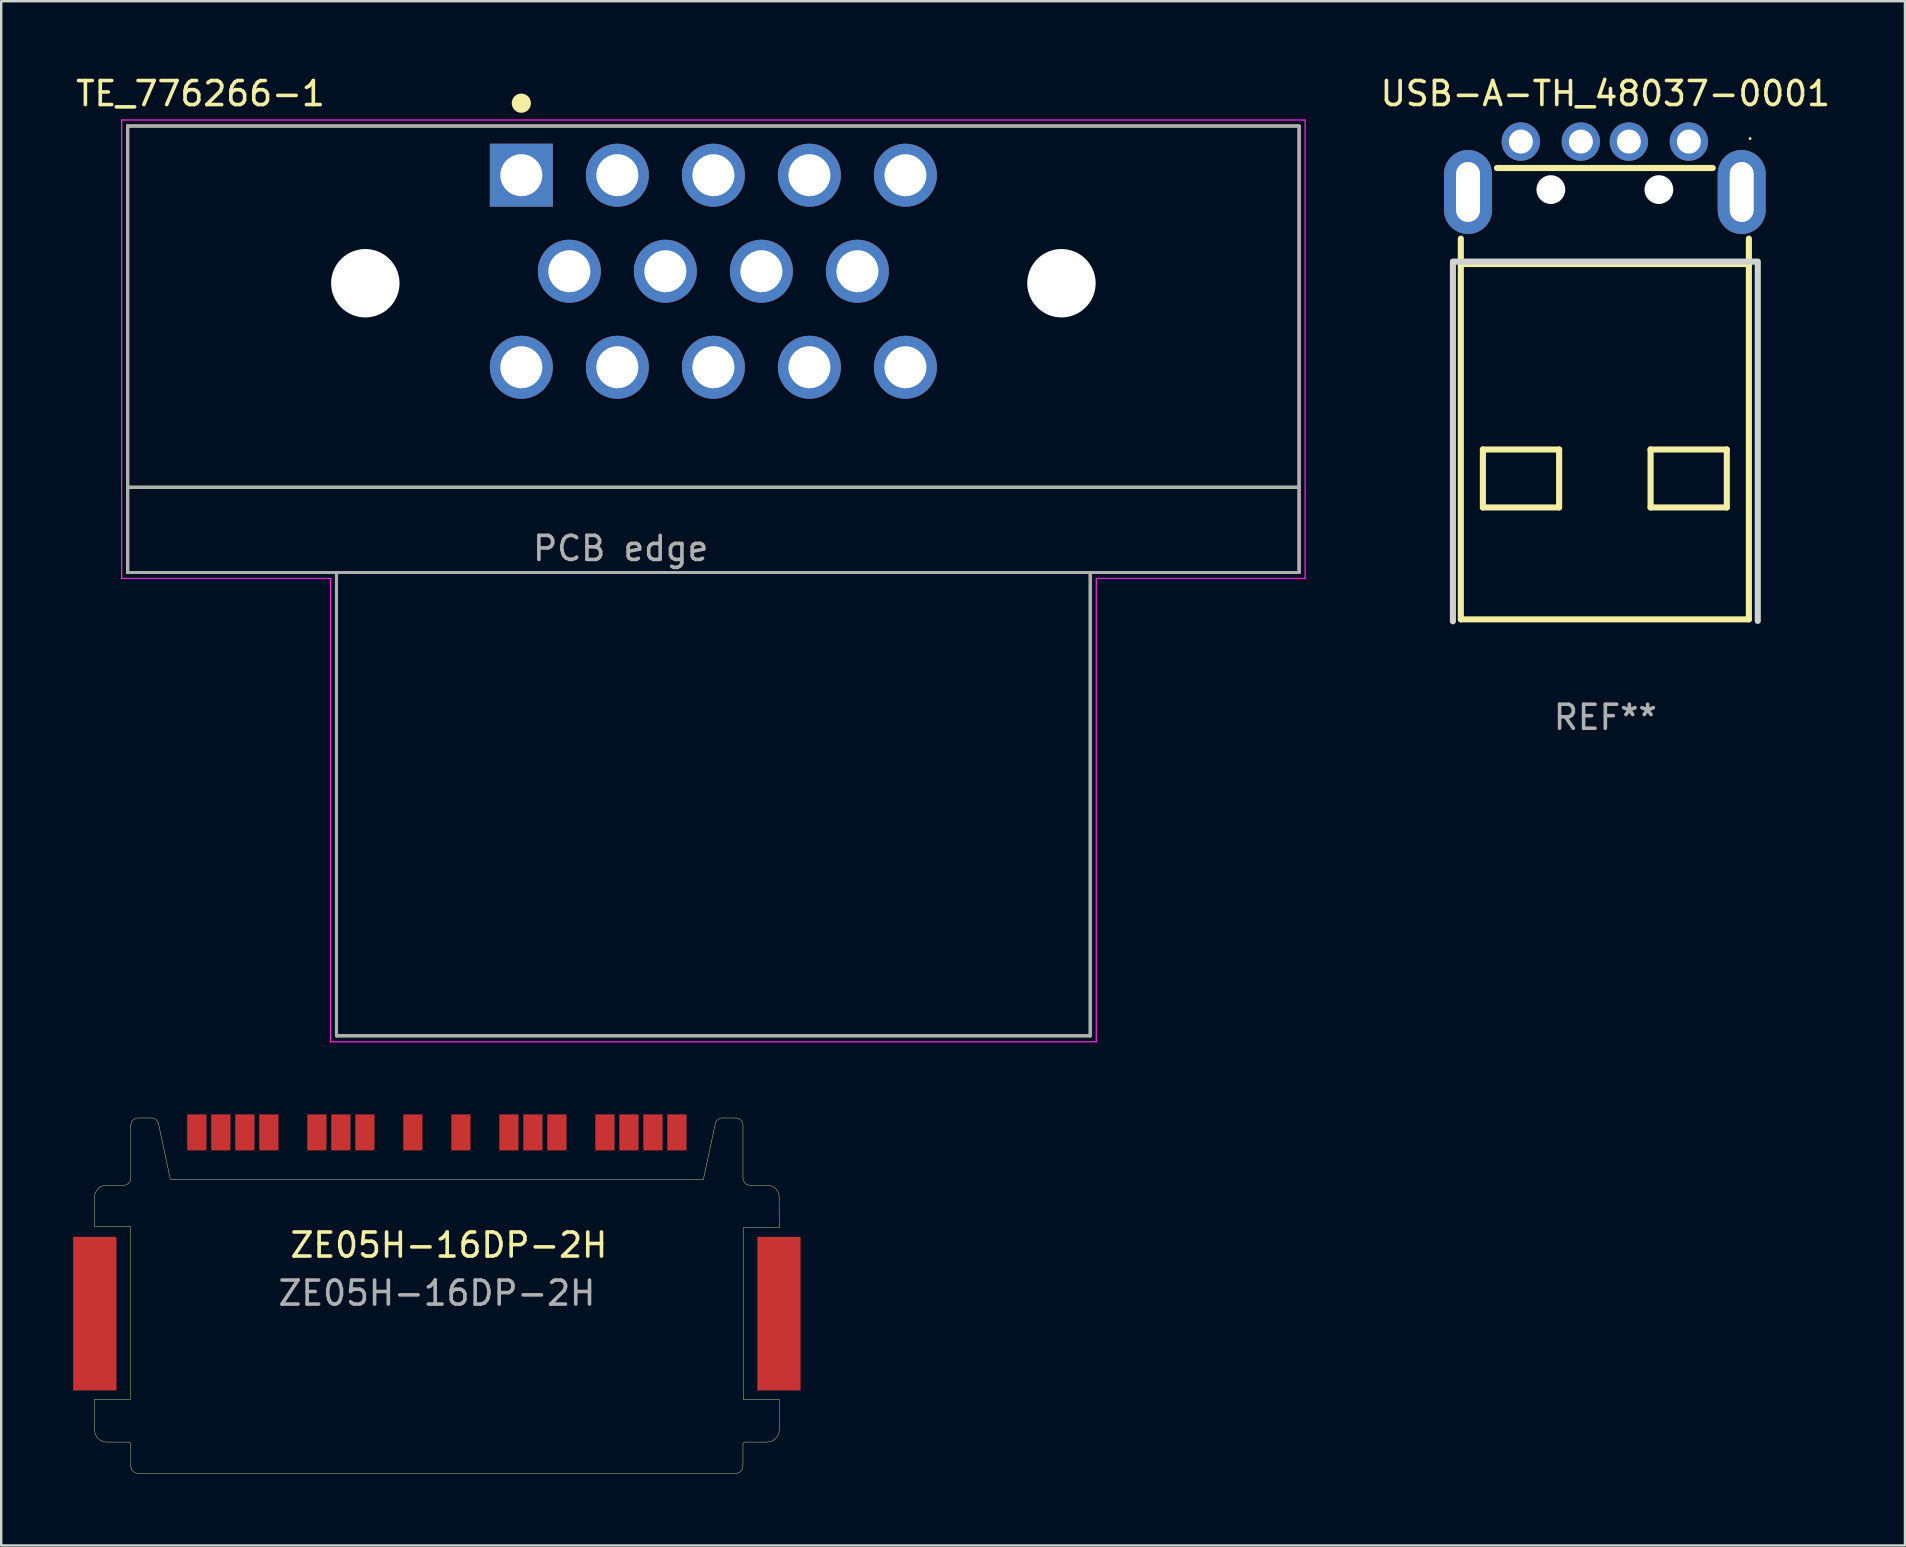
<source format=kicad_pcb>
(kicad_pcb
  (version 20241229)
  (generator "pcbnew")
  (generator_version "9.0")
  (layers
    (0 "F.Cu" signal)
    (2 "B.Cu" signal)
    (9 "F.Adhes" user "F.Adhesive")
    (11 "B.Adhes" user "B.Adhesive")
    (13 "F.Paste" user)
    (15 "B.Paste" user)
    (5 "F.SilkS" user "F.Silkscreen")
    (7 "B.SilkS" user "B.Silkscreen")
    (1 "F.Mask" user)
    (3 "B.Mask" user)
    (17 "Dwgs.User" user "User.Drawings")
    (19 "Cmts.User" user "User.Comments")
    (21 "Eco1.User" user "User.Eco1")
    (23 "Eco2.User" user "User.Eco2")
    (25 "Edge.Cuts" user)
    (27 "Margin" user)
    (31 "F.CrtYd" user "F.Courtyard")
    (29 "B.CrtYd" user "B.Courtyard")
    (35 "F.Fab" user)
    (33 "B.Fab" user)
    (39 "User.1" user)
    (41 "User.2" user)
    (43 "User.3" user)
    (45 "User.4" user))
  (footprint "TE_776266-1"
    (layer "F.Cu")
    (at 26.668 8.249)
    (property "Reference" "TE_776266-1" (at -21.366 -7.399 0) (layer "F.SilkS") (effects (font (size 1.002 1.002) (thickness 0.15))))
    (attr through_hole)
    (fp_line (start -24.4 -6.05) (end -24.4 9) (stroke (width 0.127) (type solid)) (layer "F.SilkS"))
    (fp_line (start -24.4 -6.05) (end 24.4 -6.05) (stroke (width 0.127) (type solid)) (layer "F.SilkS"))
    (fp_line (start -24.4 9) (end 24.4 9) (stroke (width 0.127) (type solid)) (layer "F.SilkS"))
    (fp_line (start -24.4 12.55) (end -24.4 9) (stroke (width 0.127) (type solid)) (layer "F.SilkS"))
    (fp_line (start -24.4 12.55) (end -15.7 12.55) (stroke (width 0.127) (type solid)) (layer "F.SilkS"))
    (fp_line (start -15.7 12.55) (end -15.7 31.85) (stroke (width 0.127) (type solid)) (layer "F.SilkS"))
    (fp_line (start -15.7 12.55) (end 15.7 12.55) (stroke (width 0.127) (type solid)) (layer "F.SilkS"))
    (fp_line (start -15.7 31.85) (end 15.7 31.85) (stroke (width 0.127) (type solid)) (layer "F.SilkS"))
    (fp_line (start 15.7 12.55) (end 24.4 12.55) (stroke (width 0.127) (type solid)) (layer "F.SilkS"))
    (fp_line (start 15.7 31.85) (end 15.7 12.55) (stroke (width 0.127) (type solid)) (layer "F.SilkS"))
    (fp_line (start 24.4 9) (end 24.4 -6.05) (stroke (width 0.127) (type solid)) (layer "F.SilkS"))
    (fp_line (start 24.4 9) (end 24.4 12.55) (stroke (width 0.127) (type solid)) (layer "F.SilkS"))
    (fp_circle (center -8 -7) (end -7.8 -7) (stroke (width 0.4) (type solid)) (fill no) (layer "F.SilkS"))
    (fp_line (start -24.65 -6.3) (end 24.65 -6.3) (stroke (width 0.05) (type solid)) (layer "F.CrtYd"))
    (fp_line (start -24.65 12.8) (end -24.65 -6.3) (stroke (width 0.05) (type solid)) (layer "F.CrtYd"))
    (fp_line (start -15.95 12.8) (end -24.65 12.8) (stroke (width 0.05) (type solid)) (layer "F.CrtYd"))
    (fp_line (start -15.95 32.1) (end -15.95 12.8) (stroke (width 0.05) (type solid)) (layer "F.CrtYd"))
    (fp_line (start 15.95 12.8) (end 15.95 32.1) (stroke (width 0.05) (type solid)) (layer "F.CrtYd"))
    (fp_line (start 15.95 32.1) (end -15.95 32.1) (stroke (width 0.05) (type solid)) (layer "F.CrtYd"))
    (fp_line (start 24.65 -6.3) (end 24.65 12.8) (stroke (width 0.05) (type solid)) (layer "F.CrtYd"))
    (fp_line (start 24.65 12.8) (end 15.95 12.8) (stroke (width 0.05) (type solid)) (layer "F.CrtYd"))
    (fp_line (start -24.4 -6.05) (end -24.4 9) (stroke (width 0.127) (type solid)) (layer "F.Fab"))
    (fp_line (start -24.4 9) (end 24.4 9) (stroke (width 0.127) (type solid)) (layer "F.Fab"))
    (fp_line (start -24.4 12.55) (end -24.4 9) (stroke (width 0.127) (type solid)) (layer "F.Fab"))
    (fp_line (start -24.4 12.55) (end -15.7 12.55) (stroke (width 0.127) (type solid)) (layer "F.Fab"))
    (fp_line (start -15.7 12.55) (end -15.7 31.85) (stroke (width 0.127) (type solid)) (layer "F.Fab"))
    (fp_line (start -15.7 12.55) (end 15.7 12.55) (stroke (width 0.127) (type solid)) (layer "F.Fab"))
    (fp_line (start -15.7 31.85) (end 15.7 31.85) (stroke (width 0.127) (type solid)) (layer "F.Fab"))
    (fp_line (start 15.7 12.55) (end 24.4 12.55) (stroke (width 0.127) (type solid)) (layer "F.Fab"))
    (fp_line (start 15.7 31.85) (end 15.7 12.55) (stroke (width 0.127) (type solid)) (layer "F.Fab"))
    (fp_line (start 24.4 -6.05) (end -24.4 -6.05) (stroke (width 0.127) (type solid)) (layer "F.Fab"))
    (fp_line (start 24.4 9) (end 24.4 -6.05) (stroke (width 0.127) (type solid)) (layer "F.Fab"))
    (fp_line (start 24.4 9) (end 24.4 12.55) (stroke (width 0.127) (type solid)) (layer "F.Fab"))
    (fp_circle (center -8 -4) (end -7.8 -4) (stroke (width 0.4) (type solid)) (fill no) (layer "F.Fab"))
    (fp_text user "PCB edge" (at -3.861 11.549 0) (layer "F.Fab") (effects (font (size 1.001 1.001) (thickness 0.15))))
    (pad "" np_thru_hole circle (at -14.5 0.5) (size 2.85 2.85) (drill 2.85) (layers "*.Cu" "*.Mask"))
    (pad "" np_thru_hole circle (at 14.5 0.5) (size 2.85 2.85) (drill 2.85) (layers "*.Cu" "*.Mask"))
    (pad "1" thru_hole rect (at -8 -4) (size 2.625 2.625) (drill 1.75) (layers "*.Cu" "*.Mask"))
    (pad "2" thru_hole circle (at -4 -4) (size 2.625 2.625) (drill 1.75) (layers "*.Cu" "*.Mask"))
    (pad "3" thru_hole circle (at 0 -4) (size 2.625 2.625) (drill 1.75) (layers "*.Cu" "*.Mask"))
    (pad "4" thru_hole circle (at 4 -4) (size 2.625 2.625) (drill 1.75) (layers "*.Cu" "*.Mask"))
    (pad "5" thru_hole circle (at 8 -4) (size 2.625 2.625) (drill 1.75) (layers "*.Cu" "*.Mask"))
    (pad "6" thru_hole circle (at -6 0) (size 2.625 2.625) (drill 1.75) (layers "*.Cu" "*.Mask"))
    (pad "7" thru_hole circle (at -2 0) (size 2.625 2.625) (drill 1.75) (layers "*.Cu" "*.Mask"))
    (pad "8" thru_hole circle (at 2 0) (size 2.625 2.625) (drill 1.75) (layers "*.Cu" "*.Mask"))
    (pad "9" thru_hole circle (at 6 0) (size 2.625 2.625) (drill 1.75) (layers "*.Cu" "*.Mask"))
    (pad "10" thru_hole circle (at -8 4) (size 2.625 2.625) (drill 1.75) (layers "*.Cu" "*.Mask"))
    (pad "11" thru_hole circle (at -4 4) (size 2.625 2.625) (drill 1.75) (layers "*.Cu" "*.Mask"))
    (pad "12" thru_hole circle (at 0 4) (size 2.625 2.625) (drill 1.75) (layers "*.Cu" "*.Mask"))
    (pad "13" thru_hole circle (at 4 4) (size 2.625 2.625) (drill 1.75) (layers "*.Cu" "*.Mask"))
    (pad "14" thru_hole circle (at 8 4) (size 2.625 2.625) (drill 1.75) (layers "*.Cu" "*.Mask")))
  (footprint "USB-A-TH_48037-0001"
    (layer "F.Cu")
    (at 63.805 3.898)
    (property "Reference" "USB-A-TH_48037-0001" (at 0.02 -3.05 0) (layer "F.SilkS") (effects (font (size 1 1) (thickness 0.15))))
    (attr through_hole)
    (fp_line (start -6 4.05) (end 6 4.05) (stroke (width 0.254) (type solid)) (layer "F.SilkS"))
    (fp_line (start -6 18.85) (end -6 2.994) (stroke (width 0.254) (type solid)) (layer "F.SilkS"))
    (fp_line (start -5.999 18.853) (end 6.001 18.853) (stroke (width 0.254) (type solid)) (layer "F.SilkS"))
    (fp_line (start -5.08 11.777) (end -5.08 14.19) (stroke (width 0.254) (type solid)) (layer "F.SilkS"))
    (fp_line (start -5.08 14.19) (end -1.905 14.19) (stroke (width 0.254) (type solid)) (layer "F.SilkS"))
    (fp_line (start -4.495 0.05) (end 4.495 0.05) (stroke (width 0.254) (type solid)) (layer "F.SilkS"))
    (fp_line (start -1.905 11.777) (end -5.08 11.777) (stroke (width 0.254) (type solid)) (layer "F.SilkS"))
    (fp_line (start -1.905 14.19) (end -1.905 11.777) (stroke (width 0.254) (type solid)) (layer "F.SilkS"))
    (fp_line (start 1.905 11.777) (end 1.905 14.19) (stroke (width 0.254) (type solid)) (layer "F.SilkS"))
    (fp_line (start 1.905 14.19) (end 5.08 14.19) (stroke (width 0.254) (type solid)) (layer "F.SilkS"))
    (fp_line (start 5.08 11.777) (end 1.905 11.777) (stroke (width 0.254) (type solid)) (layer "F.SilkS"))
    (fp_line (start 5.08 14.19) (end 5.08 11.777) (stroke (width 0.254) (type solid)) (layer "F.SilkS"))
    (fp_line (start 6 18.85) (end 6 2.994) (stroke (width 0.254) (type solid)) (layer "F.SilkS"))
    (fp_circle (center 6.05 -1.175) (end 6.08 -1.175) (stroke (width 0.06) (type solid)) (fill no) (layer "F.SilkS"))
    (fp_line (start -6.33 3.95) (end 6.37 3.95) (stroke (width 0.254) (type solid)) (layer "Edge.Cuts"))
    (fp_line (start -6.33 4.034) (end -6.33 18.934) (stroke (width 0.254) (type solid)) (layer "Edge.Cuts"))
    (fp_line (start 6.37 4.034) (end 6.37 18.919) (stroke (width 0.254) (type solid)) (layer "Edge.Cuts"))
    (fp_circle (center -2.25 0.95) (end -2 0.95) (stroke (width 0.5) (type solid)) (fill no) (layer "F.Fab"))
    (fp_circle (center 2.25 0.95) (end 2.5 0.95) (stroke (width 0.5) (type solid)) (fill no) (layer "F.Fab"))
    (fp_text user "REF**" (at 0.02 22.934 0) (layer "F.Fab") (effects (font (size 1 1) (thickness 0.15))))
    (pad "" np_thru_hole circle (at -2.25 0.95) (size 1.2 1.2) (drill 1.2) (layers "*.Cu" "*.Mask"))
    (pad "" np_thru_hole circle (at 2.25 0.95) (size 1.2 1.2) (drill 1.2) (layers "*.Cu" "*.Mask"))
    (pad "1" thru_hole circle (at 3.5 -1.05) (size 1.6 1.6) (drill 1) (layers "*.Cu" "*.Mask"))
    (pad "2" thru_hole circle (at 1 -1.05) (size 1.6 1.6) (drill 1) (layers "*.Cu" "*.Mask"))
    (pad "3" thru_hole circle (at -1 -1.05) (size 1.6 1.6) (drill 1) (layers "*.Cu" "*.Mask"))
    (pad "4" thru_hole circle (at -3.5 -1.05) (size 1.6 1.6) (drill 1) (layers "*.Cu" "*.Mask"))
    (pad "5" thru_hole oval (at -5.7 1.05) (size 2 3.5) (drill oval 1 2.5) (layers "*.Cu" "*.Mask"))
    (pad "5" thru_hole oval (at 5.7 1.05) (size 2 3.5) (drill oval 1 2.5) (layers "*.Cu" "*.Mask")))
  (footprint "ZE05H-16DP-2H"
    (layer "F.Cu")
    (at 15.15 54.319)
    (property "Reference" "ZE05H-16DP-2H" (at 0.5 -5.5 0) (layer "F.SilkS") (effects (font (size 1 1) (thickness 0.15))))
    (attr smd)
    (fp_line (start -14.26 -7.495) (end -14.26 -6.277) (stroke (width 0.016) (type solid)) (layer "F.SilkS"))
    (fp_line (start -14.26 -6.277) (end -12.763 -6.277) (stroke (width 0.016) (type solid)) (layer "F.SilkS"))
    (fp_line (start -14.26 0.919) (end -12.763 0.919) (stroke (width 0.016) (type solid)) (layer "F.SilkS"))
    (fp_line (start -14.26 2.198) (end -14.26 0.919) (stroke (width 0.016) (type solid)) (layer "F.SilkS"))
    (fp_line (start -13.76 2.705) (end -12.85 2.705) (stroke (width 0.016) (type solid)) (layer "F.SilkS"))
    (fp_line (start -13.05 -7.995) (end -13.76 -7.995) (stroke (width 0.016) (type solid)) (layer "F.SilkS"))
    (fp_line (start -12.763 -6.277) (end -12.763 0.919) (stroke (width 0.016) (type solid)) (layer "F.SilkS"))
    (fp_line (start -12.75 -10.495) (end -12.75 -8.295) (stroke (width 0.016) (type solid)) (layer "F.SilkS"))
    (fp_line (start -12.75 2.805) (end -12.75 3.705) (stroke (width 0.016) (type solid)) (layer "F.SilkS"))
    (fp_line (start -12.45 -10.795) (end -11.893 -10.795) (stroke (width 0.016) (type solid)) (layer "F.SilkS"))
    (fp_line (start -12.45 4.005) (end 12.45 4.005) (stroke (width 0.016) (type solid)) (layer "F.SilkS"))
    (fp_line (start -11.101 -8.232) (end -11.599 -10.558) (stroke (width 0.016) (type solid)) (layer "F.SilkS"))
    (fp_line (start -11.101 -8.232) (end 11.101 -8.232) (stroke (width 0.016) (type solid)) (layer "F.SilkS"))
    (fp_line (start 11.599 -10.558) (end 11.101 -8.232) (stroke (width 0.016) (type solid)) (layer "F.SilkS"))
    (fp_line (start 11.893 -10.795) (end 12.45 -10.795) (stroke (width 0.016) (type solid)) (layer "F.SilkS"))
    (fp_line (start 12.75 -8.295) (end 12.75 -10.495) (stroke (width 0.016) (type solid)) (layer "F.SilkS"))
    (fp_line (start 12.75 3.705) (end 12.75 2.805) (stroke (width 0.016) (type solid)) (layer "F.SilkS"))
    (fp_line (start 12.763 -6.221) (end 12.763 0.932) (stroke (width 0.016) (type solid)) (layer "F.SilkS"))
    (fp_line (start 12.763 0.932) (end 14.26 0.932) (stroke (width 0.016) (type solid)) (layer "F.SilkS"))
    (fp_line (start 12.85 2.705) (end 13.76 2.705) (stroke (width 0.016) (type solid)) (layer "F.SilkS"))
    (fp_line (start 13.05 -7.995) (end 13.76 -7.995) (stroke (width 0.016) (type solid)) (layer "F.SilkS"))
    (fp_line (start 14.257 -7.44) (end 14.26 -6.221) (stroke (width 0.016) (type solid)) (layer "F.SilkS"))
    (fp_line (start 14.26 2.212) (end 14.26 0.932) (stroke (width 0.016) (type solid)) (layer "F.SilkS"))
    (fp_line (start 14.26 -6.221) (end 12.763 -6.221) (stroke (width 0.016) (type solid)) (layer "F.SilkS"))
    (fp_arc (start -14.26 -7.495) (mid -14.113553 -7.848553) (end -13.76 -7.995) (stroke (width 0.016) (type solid)) (layer "F.SilkS"))
    (fp_arc (start -13.76 2.705043) (mid -14.115889 2.556264) (end -14.26 2.198459) (stroke (width 0.016) (type solid)) (layer "F.SilkS"))
    (fp_arc (start -12.85 2.705) (mid -12.779289 2.734289) (end -12.75 2.805) (stroke (width 0.016) (type solid)) (layer "F.SilkS"))
    (fp_arc (start -12.75 -10.495) (mid -12.662132 -10.707132) (end -12.45 -10.795) (stroke (width 0.016) (type solid)) (layer "F.SilkS"))
    (fp_arc (start -12.75 -8.295) (mid -12.837868 -8.082868) (end -13.05 -7.995) (stroke (width 0.016) (type solid)) (layer "F.SilkS"))
    (fp_arc (start -12.45 4.005) (mid -12.662132 3.917132) (end -12.75 3.705) (stroke (width 0.016) (type solid)) (layer "F.SilkS"))
    (fp_arc (start -11.892525 -10.795) (mid -11.703922 -10.7283) (end -11.599184 -10.557859) (stroke (width 0.016) (type solid)) (layer "F.SilkS"))
    (fp_arc (start 11.599184 -10.557859) (mid 11.703922 -10.7283) (end 11.892525 -10.795) (stroke (width 0.016) (type solid)) (layer "F.SilkS"))
    (fp_arc (start 12.45 -10.795) (mid 12.662132 -10.707132) (end 12.75 -10.495) (stroke (width 0.016) (type solid)) (layer "F.SilkS"))
    (fp_arc (start 12.75 2.805) (mid 12.779289 2.734289) (end 12.85 2.705) (stroke (width 0.016) (type solid)) (layer "F.SilkS"))
    (fp_arc (start 12.75 3.705) (mid 12.662132 3.917132) (end 12.45 4.005) (stroke (width 0.016) (type solid)) (layer "F.SilkS"))
    (fp_arc (start 13.05 -7.995) (mid 12.837868 -8.082868) (end 12.75 -8.295) (stroke (width 0.016) (type solid)) (layer "F.SilkS"))
    (fp_arc (start 13.76 -7.995) (mid 14.132569 -7.828455) (end 14.25694 -7.43977) (stroke (width 0.016) (type solid)) (layer "F.SilkS"))
    (fp_arc (start 14.259957 2.211541) (mid 14.111233 2.560858) (end 13.76 2.705) (stroke (width 0.016) (type solid)) (layer "F.SilkS"))
    (fp_text user "${REFERENCE}" (at 0 -3.5 0) (layer "F.Fab") (effects (font (size 1 1) (thickness 0.15))))
    (pad "1" smd rect (at 10 -10.195) (size 0.8 1.5) (layers "F.Cu" "F.Mask" "F.Paste"))
    (pad "2" smd rect (at 8 -10.195) (size 0.8 1.5) (layers "F.Cu" "F.Mask" "F.Paste"))
    (pad "3" smd rect (at 4 -10.195) (size 0.8 1.5) (layers "F.Cu" "F.Mask" "F.Paste"))
    (pad "4" smd rect (at -4 -10.195) (size 0.8 1.5) (layers "F.Cu" "F.Mask" "F.Paste"))
    (pad "5" smd rect (at -8 -10.195) (size 0.8 1.5) (layers "F.Cu" "F.Mask" "F.Paste"))
    (pad "6" smd rect (at -10 -10.195) (size 0.8 1.5) (layers "F.Cu" "F.Mask" "F.Paste"))
    (pad "7" smd rect (at 9 -10.195) (size 0.8 1.5) (layers "F.Cu" "F.Mask" "F.Paste"))
    (pad "8" smd rect (at 7 -10.195) (size 0.8 1.5) (layers "F.Cu" "F.Mask" "F.Paste"))
    (pad "9" smd rect (at 5 -10.195) (size 0.8 1.5) (layers "F.Cu" "F.Mask" "F.Paste"))
    (pad "10" smd rect (at 3 -10.195) (size 0.8 1.5) (layers "F.Cu" "F.Mask" "F.Paste"))
    (pad "11" smd rect (at 1 -10.195) (size 0.8 1.5) (layers "F.Cu" "F.Mask" "F.Paste"))
    (pad "12" smd rect (at -1 -10.195) (size 0.8 1.5) (layers "F.Cu" "F.Mask" "F.Paste"))
    (pad "13" smd rect (at -3 -10.195) (size 0.8 1.5) (layers "F.Cu" "F.Mask" "F.Paste"))
    (pad "14" smd rect (at -5 -10.195) (size 0.8 1.5) (layers "F.Cu" "F.Mask" "F.Paste"))
    (pad "15" smd rect (at -7 -10.195) (size 0.8 1.5) (layers "F.Cu" "F.Mask" "F.Paste"))
    (pad "16" smd rect (at -9 -10.195) (size 0.8 1.5) (layers "F.Cu" "F.Mask" "F.Paste"))
    (pad "MP" smd rect (at -14.25 -2.645) (size 1.8 6.4) (layers "F.Cu" "F.Mask" "F.Paste"))
    (pad "MP" smd rect (at 14.25 -2.645) (size 1.8 6.4) (layers "F.Cu" "F.Mask" "F.Paste")))
  (gr_rect
    (start -3 -3)
    (end 76.307 61.332)
    (stroke (width 0.1) (type default))
    (fill no)
    (layer "Edge.Cuts")))
</source>
